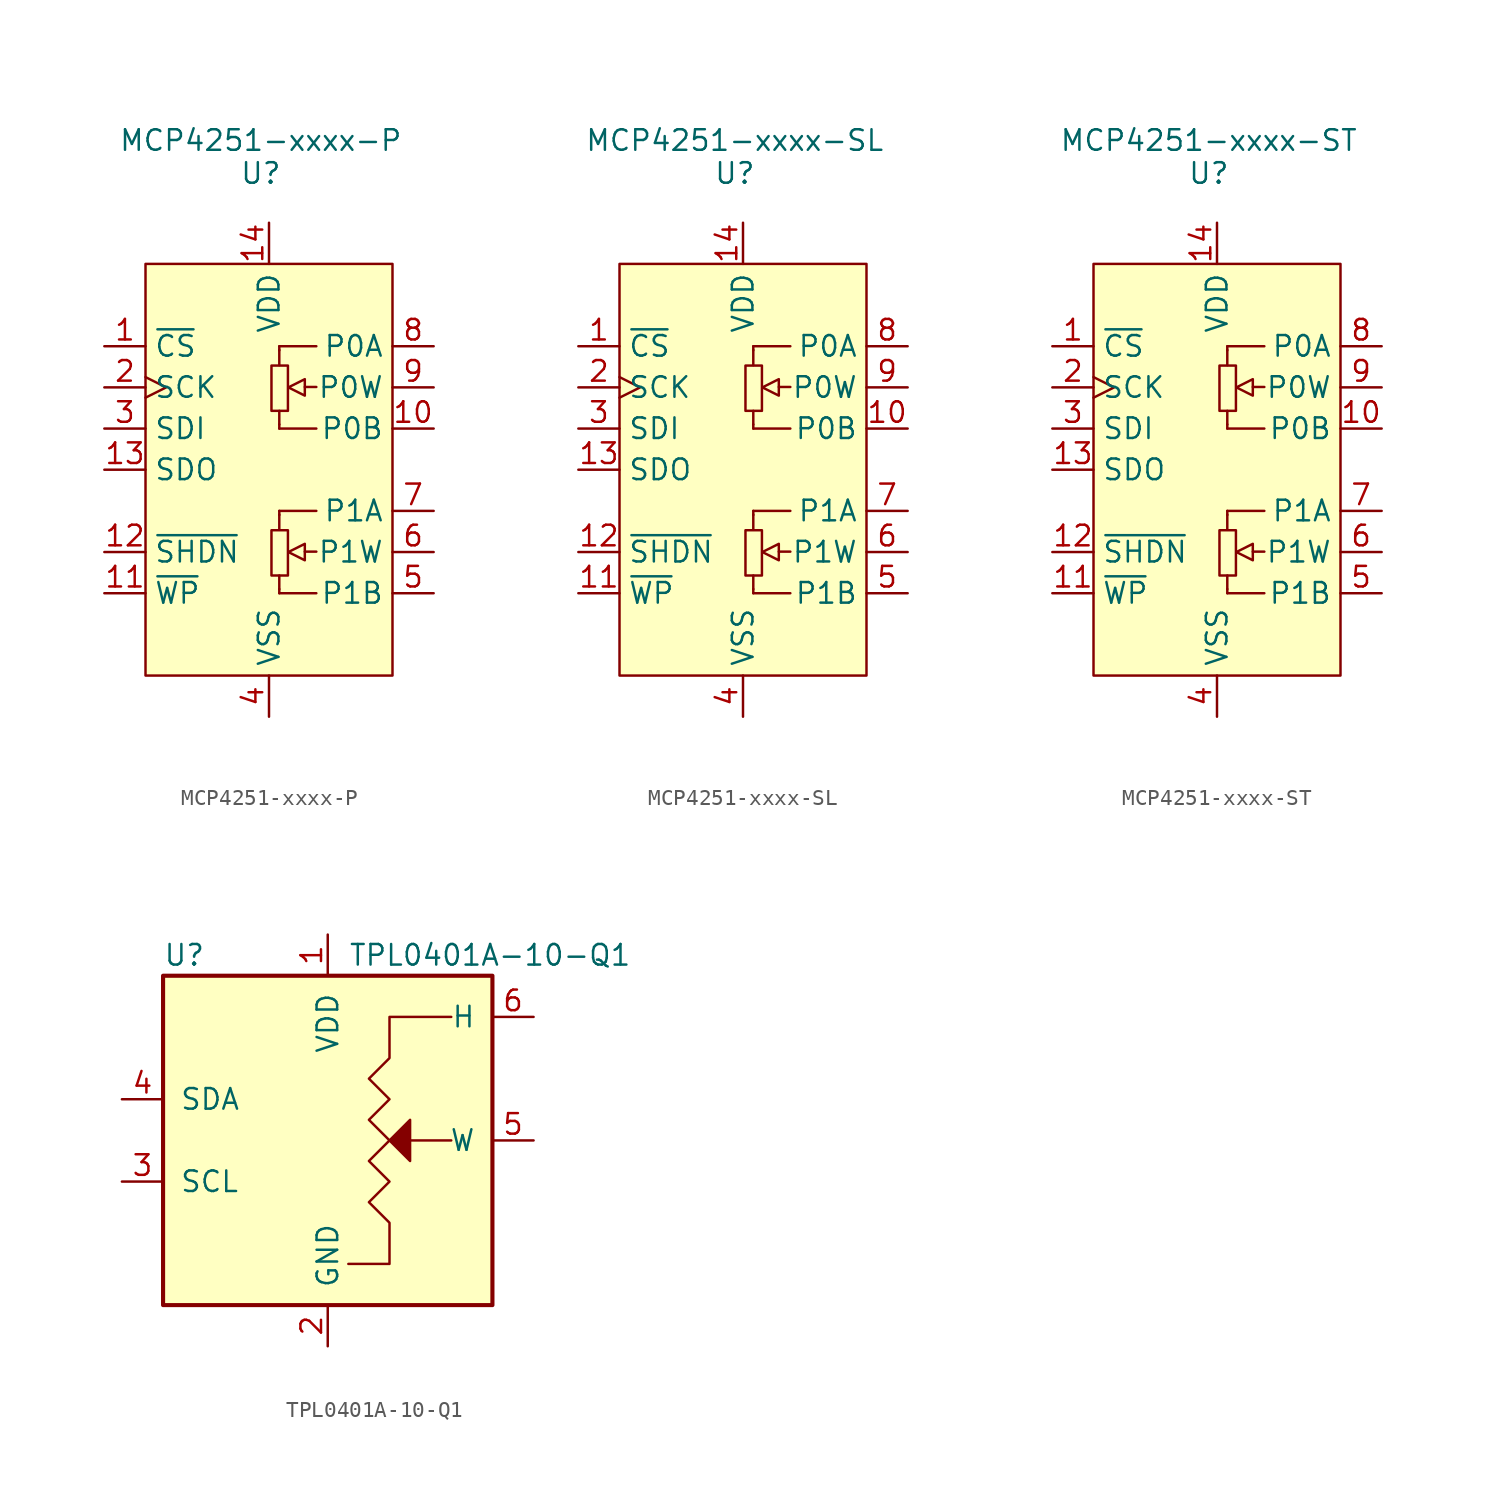
<source format=kicad_sym>
(kicad_symbol_lib
  (version 20201005)
  (generator kicad_symbol_editor)
  (symbol "MCP4251-xxxx-P"
    (property "Reference" "U"
      (at -0.508 18.288 0)
      (effects (font (size 1.27 1.27))))
    (property "Value" "MCP4251-xxxx-P"
      (at -0.508 20.32 0)
      (effects (font (size 1.27 1.27))))
    (symbol "MCP4251-xxxx-P_0_1"
      (polyline (pts (xy 0 12.7) (xy 7.62 12.7) (xy 7.62 0) (xy 7.62 -12.7) (xy -7.62 -12.7) (xy -7.62 12.7) (xy 0 12.7)) (stroke (width 0)) (fill (type background))))
    (symbol "MCP4251-xxxx-P_1_1"
      (rectangle (start 0.152 -3.734) (end 1.168 -6.528) (stroke (width 0)) (fill (type none)))
      (rectangle (start 0.152 6.426) (end 1.168 3.632) (stroke (width 0)) (fill (type none)))
      (polyline (pts (xy 0.635 -7.366) (xy 0.635 -6.528)) (stroke (width 0)) (fill (type none)))
      (polyline (pts (xy 0.635 -2.769) (xy 0.635 -3.708)) (stroke (width 0)) (fill (type none)))
      (polyline (pts (xy 0.635 2.794) (xy 0.635 3.632)) (stroke (width 0)) (fill (type none)))
      (polyline (pts (xy 0.635 7.391) (xy 0.635 6.452)) (stroke (width 0)) (fill (type none)))
      (polyline (pts (xy 2.21 -5.055) (xy 2.921 -5.055)) (stroke (width 0)) (fill (type none)))
      (polyline (pts (xy 2.21 5.105) (xy 2.921 5.105)) (stroke (width 0)) (fill (type none)))
      (polyline (pts (xy 0.635 -2.54) (xy 0.635 -2.794) (xy 0.635 -2.794)) (stroke (width 0)) (fill (type none)))
      (polyline (pts (xy 0.635 7.62) (xy 0.635 7.366) (xy 0.635 7.366)) (stroke (width 0)) (fill (type none)))
      (polyline (pts (xy 0.635 -7.62) (xy 0.635 -7.366) (xy 0.635 -7.366)) (stroke (width 0)) (fill (type background)))
      (polyline (pts (xy 0.635 -7.62) (xy 2.921 -7.62) (xy 2.921 -7.62)) (stroke (width 0)) (fill (type background)))
      (polyline (pts (xy 0.635 -2.54) (xy 2.921 -2.54) (xy 2.921 -2.54)) (stroke (width 0)) (fill (type background)))
      (polyline (pts (xy 0.635 2.54) (xy 0.635 2.794) (xy 0.635 2.794)) (stroke (width 0)) (fill (type background)))
      (polyline (pts (xy 0.635 2.54) (xy 2.921 2.54) (xy 2.921 2.54)) (stroke (width 0)) (fill (type background)))
      (polyline (pts (xy 0.635 7.62) (xy 2.921 7.62) (xy 2.921 7.62)) (stroke (width 0)) (fill (type background)))
      (polyline (pts (xy 2.21 -4.572) (xy 2.21 -5.588) (xy 1.194 -5.08) (xy 2.21 -4.572) (xy 2.21 -4.572)) (stroke (width 0)) (fill (type background)))
      (polyline (pts (xy 2.21 5.588) (xy 2.21 4.572) (xy 1.194 5.08) (xy 2.21 5.588) (xy 2.21 5.588)) (stroke (width 0)) (fill (type background)))
      (pin input line (at -10.16 7.62 0) (length 2.54) (name "~CS" (effects (font (size 1.27 1.27)))) (number "1" (effects (font (size 1.27 1.27)))))
      (pin passive line (at 10.16 2.54 180) (length 2.54) (name "P0B" (effects (font (size 1.27 1.27)))) (number "10" (effects (font (size 1.27 1.27)))))
      (pin input line (at -10.16 -7.62 0) (length 2.54) (name "~WP" (effects (font (size 1.27 1.27)))) (number "11" (effects (font (size 1.27 1.27)))))
      (pin input line (at -10.16 -5.08 0) (length 2.54) (name "~SHDN" (effects (font (size 1.27 1.27)))) (number "12" (effects (font (size 1.27 1.27)))))
      (pin output line (at -10.16 0 0) (length 2.54) (name "SDO" (effects (font (size 1.27 1.27)))) (number "13" (effects (font (size 1.27 1.27)))))
      (pin power_in line (at 0 15.24 270) (length 2.54) (name "VDD" (effects (font (size 1.27 1.27)))) (number "14" (effects (font (size 1.27 1.27)))))
      (pin input clock (at -10.16 5.08 0) (length 2.54) (name "SCK" (effects (font (size 1.27 1.27)))) (number "2" (effects (font (size 1.27 1.27)))))
      (pin input line (at -10.16 2.54 0) (length 2.54) (name "SDI" (effects (font (size 1.27 1.27)))) (number "3" (effects (font (size 1.27 1.27)))))
      (pin power_in line (at 0 -15.24 90) (length 2.54) (name "VSS" (effects (font (size 1.27 1.27)))) (number "4" (effects (font (size 1.27 1.27)))))
      (pin passive line (at 10.16 -7.62 180) (length 2.54) (name "P1B" (effects (font (size 1.27 1.27)))) (number "5" (effects (font (size 1.27 1.27)))))
      (pin passive line (at 10.16 -5.08 180) (length 2.54) (name "P1W" (effects (font (size 1.27 1.27)))) (number "6" (effects (font (size 1.27 1.27)))))
      (pin passive line (at 10.16 -2.54 180) (length 2.54) (name "P1A" (effects (font (size 1.27 1.27)))) (number "7" (effects (font (size 1.27 1.27)))))
      (pin passive line (at 10.16 7.62 180) (length 2.54) (name "P0A" (effects (font (size 1.27 1.27)))) (number "8" (effects (font (size 1.27 1.27)))))
      (pin passive line (at 10.16 5.08 180) (length 2.54) (name "P0W" (effects (font (size 1.27 1.27)))) (number "9" (effects (font (size 1.27 1.27)))))))
  (symbol "MCP4251-xxxx-SL"
    (property "Reference" "U"
      (at -0.508 18.288 0)
      (effects (font (size 1.27 1.27))))
    (property "Value" "MCP4251-xxxx-SL"
      (at -0.508 20.32 0)
      (effects (font (size 1.27 1.27))))
    (symbol "MCP4251-xxxx-SL_1_1"
      (rectangle (start 0.152 -3.734) (end 1.168 -6.528) (stroke (width 0)) (fill (type none)))
      (rectangle (start 0.152 6.426) (end 1.168 3.632) (stroke (width 0)) (fill (type none)))
      (polyline (pts (xy 0.635 -7.366) (xy 0.635 -6.528)) (stroke (width 0)) (fill (type none)))
      (polyline (pts (xy 0.635 -2.769) (xy 0.635 -3.708)) (stroke (width 0)) (fill (type none)))
      (polyline (pts (xy 0.635 2.794) (xy 0.635 3.632)) (stroke (width 0)) (fill (type none)))
      (polyline (pts (xy 0.635 7.391) (xy 0.635 6.452)) (stroke (width 0)) (fill (type none)))
      (polyline (pts (xy 2.21 -5.055) (xy 2.921 -5.055)) (stroke (width 0)) (fill (type none)))
      (polyline (pts (xy 2.21 5.105) (xy 2.921 5.105)) (stroke (width 0)) (fill (type none)))
      (polyline (pts (xy 0.635 -2.54) (xy 0.635 -2.794) (xy 0.635 -2.794)) (stroke (width 0)) (fill (type none)))
      (polyline (pts (xy 0.635 7.62) (xy 0.635 7.366) (xy 0.635 7.366)) (stroke (width 0)) (fill (type none)))
      (polyline (pts (xy 0.635 -7.62) (xy 0.635 -7.366) (xy 0.635 -7.366)) (stroke (width 0)) (fill (type background)))
      (polyline (pts (xy 0.635 -7.62) (xy 2.921 -7.62) (xy 2.921 -7.62)) (stroke (width 0)) (fill (type background)))
      (polyline (pts (xy 0.635 -2.54) (xy 2.921 -2.54) (xy 2.921 -2.54)) (stroke (width 0)) (fill (type background)))
      (polyline (pts (xy 0.635 2.54) (xy 0.635 2.794) (xy 0.635 2.794)) (stroke (width 0)) (fill (type background)))
      (polyline (pts (xy 0.635 2.54) (xy 2.921 2.54) (xy 2.921 2.54)) (stroke (width 0)) (fill (type background)))
      (polyline (pts (xy 0.635 7.62) (xy 2.921 7.62) (xy 2.921 7.62)) (stroke (width 0)) (fill (type background)))
      (polyline (pts (xy 2.21 -4.572) (xy 2.21 -5.588) (xy 1.194 -5.08) (xy 2.21 -4.572) (xy 2.21 -4.572)) (stroke (width 0)) (fill (type background)))
      (polyline (pts (xy 2.21 5.588) (xy 2.21 4.572) (xy 1.194 5.08) (xy 2.21 5.588) (xy 2.21 5.588)) (stroke (width 0)) (fill (type background)))
      (polyline (pts (xy 0 12.7) (xy 7.62 12.7) (xy 7.62 0) (xy 7.62 -12.7) (xy -7.62 -12.7) (xy -7.62 12.7) (xy 0 12.7)) (stroke (width 0)) (fill (type background)))
      (pin input line (at -10.16 7.62 0) (length 2.54) (name "~CS" (effects (font (size 1.27 1.27)))) (number "1" (effects (font (size 1.27 1.27)))))
      (pin passive line (at 10.16 2.54 180) (length 2.54) (name "P0B" (effects (font (size 1.27 1.27)))) (number "10" (effects (font (size 1.27 1.27)))))
      (pin input line (at -10.16 -7.62 0) (length 2.54) (name "~WP" (effects (font (size 1.27 1.27)))) (number "11" (effects (font (size 1.27 1.27)))))
      (pin input line (at -10.16 -5.08 0) (length 2.54) (name "~SHDN" (effects (font (size 1.27 1.27)))) (number "12" (effects (font (size 1.27 1.27)))))
      (pin output line (at -10.16 0 0) (length 2.54) (name "SDO" (effects (font (size 1.27 1.27)))) (number "13" (effects (font (size 1.27 1.27)))))
      (pin power_in line (at 0 15.24 270) (length 2.54) (name "VDD" (effects (font (size 1.27 1.27)))) (number "14" (effects (font (size 1.27 1.27)))))
      (pin input clock (at -10.16 5.08 0) (length 2.54) (name "SCK" (effects (font (size 1.27 1.27)))) (number "2" (effects (font (size 1.27 1.27)))))
      (pin input line (at -10.16 2.54 0) (length 2.54) (name "SDI" (effects (font (size 1.27 1.27)))) (number "3" (effects (font (size 1.27 1.27)))))
      (pin power_in line (at 0 -15.24 90) (length 2.54) (name "VSS" (effects (font (size 1.27 1.27)))) (number "4" (effects (font (size 1.27 1.27)))))
      (pin passive line (at 10.16 -7.62 180) (length 2.54) (name "P1B" (effects (font (size 1.27 1.27)))) (number "5" (effects (font (size 1.27 1.27)))))
      (pin passive line (at 10.16 -5.08 180) (length 2.54) (name "P1W" (effects (font (size 1.27 1.27)))) (number "6" (effects (font (size 1.27 1.27)))))
      (pin passive line (at 10.16 -2.54 180) (length 2.54) (name "P1A" (effects (font (size 1.27 1.27)))) (number "7" (effects (font (size 1.27 1.27)))))
      (pin passive line (at 10.16 7.62 180) (length 2.54) (name "P0A" (effects (font (size 1.27 1.27)))) (number "8" (effects (font (size 1.27 1.27)))))
      (pin passive line (at 10.16 5.08 180) (length 2.54) (name "P0W" (effects (font (size 1.27 1.27)))) (number "9" (effects (font (size 1.27 1.27)))))))
  (symbol "MCP4251-xxxx-ST"
    (property "Reference" "U"
      (at -0.508 18.288 0)
      (effects (font (size 1.27 1.27))))
    (property "Value" "MCP4251-xxxx-ST"
      (at -0.508 20.32 0)
      (effects (font (size 1.27 1.27))))
    (symbol "MCP4251-xxxx-ST_1_1"
      (rectangle (start 0.152 -3.734) (end 1.168 -6.528) (stroke (width 0)) (fill (type none)))
      (rectangle (start 0.152 6.426) (end 1.168 3.632) (stroke (width 0)) (fill (type none)))
      (polyline (pts (xy 0.635 -7.366) (xy 0.635 -6.528)) (stroke (width 0)) (fill (type none)))
      (polyline (pts (xy 0.635 -2.769) (xy 0.635 -3.708)) (stroke (width 0)) (fill (type none)))
      (polyline (pts (xy 0.635 2.794) (xy 0.635 3.632)) (stroke (width 0)) (fill (type none)))
      (polyline (pts (xy 0.635 7.391) (xy 0.635 6.452)) (stroke (width 0)) (fill (type none)))
      (polyline (pts (xy 2.21 -5.055) (xy 2.921 -5.055)) (stroke (width 0)) (fill (type none)))
      (polyline (pts (xy 2.21 5.105) (xy 2.921 5.105)) (stroke (width 0)) (fill (type none)))
      (polyline (pts (xy 0.635 -2.54) (xy 0.635 -2.794) (xy 0.635 -2.794)) (stroke (width 0)) (fill (type none)))
      (polyline (pts (xy 0.635 7.62) (xy 0.635 7.366) (xy 0.635 7.366)) (stroke (width 0)) (fill (type none)))
      (polyline (pts (xy 0.635 -7.62) (xy 0.635 -7.366) (xy 0.635 -7.366)) (stroke (width 0)) (fill (type background)))
      (polyline (pts (xy 0.635 -7.62) (xy 2.921 -7.62) (xy 2.921 -7.62)) (stroke (width 0)) (fill (type background)))
      (polyline (pts (xy 0.635 -2.54) (xy 2.921 -2.54) (xy 2.921 -2.54)) (stroke (width 0)) (fill (type background)))
      (polyline (pts (xy 0.635 2.54) (xy 0.635 2.794) (xy 0.635 2.794)) (stroke (width 0)) (fill (type background)))
      (polyline (pts (xy 0.635 2.54) (xy 2.921 2.54) (xy 2.921 2.54)) (stroke (width 0)) (fill (type background)))
      (polyline (pts (xy 0.635 7.62) (xy 2.921 7.62) (xy 2.921 7.62)) (stroke (width 0)) (fill (type background)))
      (polyline (pts (xy 2.21 -4.572) (xy 2.21 -5.588) (xy 1.194 -5.08) (xy 2.21 -4.572) (xy 2.21 -4.572)) (stroke (width 0)) (fill (type background)))
      (polyline (pts (xy 2.21 5.588) (xy 2.21 4.572) (xy 1.194 5.08) (xy 2.21 5.588) (xy 2.21 5.588)) (stroke (width 0)) (fill (type background)))
      (polyline (pts (xy 0 12.7) (xy 7.62 12.7) (xy 7.62 0) (xy 7.62 -12.7) (xy -7.62 -12.7) (xy -7.62 12.7) (xy 0 12.7)) (stroke (width 0)) (fill (type background)))
      (pin input line (at -10.16 7.62 0) (length 2.54) (name "~CS" (effects (font (size 1.27 1.27)))) (number "1" (effects (font (size 1.27 1.27)))))
      (pin passive line (at 10.16 2.54 180) (length 2.54) (name "P0B" (effects (font (size 1.27 1.27)))) (number "10" (effects (font (size 1.27 1.27)))))
      (pin input line (at -10.16 -7.62 0) (length 2.54) (name "~WP" (effects (font (size 1.27 1.27)))) (number "11" (effects (font (size 1.27 1.27)))))
      (pin input line (at -10.16 -5.08 0) (length 2.54) (name "~SHDN" (effects (font (size 1.27 1.27)))) (number "12" (effects (font (size 1.27 1.27)))))
      (pin output line (at -10.16 0 0) (length 2.54) (name "SDO" (effects (font (size 1.27 1.27)))) (number "13" (effects (font (size 1.27 1.27)))))
      (pin power_in line (at 0 15.24 270) (length 2.54) (name "VDD" (effects (font (size 1.27 1.27)))) (number "14" (effects (font (size 1.27 1.27)))))
      (pin input clock (at -10.16 5.08 0) (length 2.54) (name "SCK" (effects (font (size 1.27 1.27)))) (number "2" (effects (font (size 1.27 1.27)))))
      (pin input line (at -10.16 2.54 0) (length 2.54) (name "SDI" (effects (font (size 1.27 1.27)))) (number "3" (effects (font (size 1.27 1.27)))))
      (pin power_in line (at 0 -15.24 90) (length 2.54) (name "VSS" (effects (font (size 1.27 1.27)))) (number "4" (effects (font (size 1.27 1.27)))))
      (pin passive line (at 10.16 -7.62 180) (length 2.54) (name "P1B" (effects (font (size 1.27 1.27)))) (number "5" (effects (font (size 1.27 1.27)))))
      (pin passive line (at 10.16 -5.08 180) (length 2.54) (name "P1W" (effects (font (size 1.27 1.27)))) (number "6" (effects (font (size 1.27 1.27)))))
      (pin passive line (at 10.16 -2.54 180) (length 2.54) (name "P1A" (effects (font (size 1.27 1.27)))) (number "7" (effects (font (size 1.27 1.27)))))
      (pin passive line (at 10.16 7.62 180) (length 2.54) (name "P0A" (effects (font (size 1.27 1.27)))) (number "8" (effects (font (size 1.27 1.27)))))
      (pin passive line (at 10.16 5.08 180) (length 2.54) (name "P0W" (effects (font (size 1.27 1.27)))) (number "9" (effects (font (size 1.27 1.27)))))))
  (symbol "TPL0401A-10-Q1"
    (pin_names
      (offset 1.016))
    (property "Reference" "U"
      (at -10.16 11.43 0)
      (effects (font (size 1.27 1.27)) (justify left)))
    (property "Value" "TPL0401A-10-Q1"
      (at 1.27 11.43 0)
      (effects (font (size 1.27 1.27)) (justify left)))
    (symbol "TPL0401A-10-Q1_0_1"
      (polyline (pts (xy 7.62 0) (xy 5.08 0)) (stroke (width 0)) (fill (type none)))
      (polyline (pts (xy 7.62 7.62) (xy 3.81 7.62) (xy 3.81 5.08) (xy 2.54 3.81) (xy 3.81 2.54) (xy 2.54 1.27) (xy 3.81 0) (xy 2.54 -1.27) (xy 3.81 -2.54) (xy 2.54 -3.81) (xy 3.81 -5.08) (xy 3.81 -7.62) (xy 1.27 -7.62)) (stroke (width 0)) (fill (type none)))
      (polyline (pts (xy 5.08 -1.27) (xy 5.08 1.27) (xy 3.81 0) (xy 5.08 -1.27) (xy 5.08 -1.27)) (stroke (width 0)) (fill (type outline))))
    (symbol "TPL0401A-10-Q1_1_1"
      (rectangle (start -10.16 10.16) (end 10.16 -10.16) (stroke (width 0.254)) (fill (type background)))
      (pin power_in line (at 0 12.7 270) (length 2.54) (name "VDD" (effects (font (size 1.27 1.27)))) (number "1" (effects (font (size 1.27 1.27)))))
      (pin power_in line (at 0 -12.7 90) (length 2.54) (name "GND" (effects (font (size 1.27 1.27)))) (number "2" (effects (font (size 1.27 1.27)))))
      (pin input line (at -12.7 -2.54 0) (length 2.54) (name "SCL" (effects (font (size 1.27 1.27)))) (number "3" (effects (font (size 1.27 1.27)))))
      (pin bidirectional line (at -12.7 2.54 0) (length 2.54) (name "SDA" (effects (font (size 1.27 1.27)))) (number "4" (effects (font (size 1.27 1.27)))))
      (pin passive line (at 12.7 0 180) (length 2.54) (name "W" (effects (font (size 1.27 1.27)))) (number "5" (effects (font (size 1.27 1.27)))))
      (pin passive line (at 12.7 7.62 180) (length 2.54) (name "H" (effects (font (size 1.27 1.27)))) (number "6" (effects (font (size 1.27 1.27))))))))
</source>
